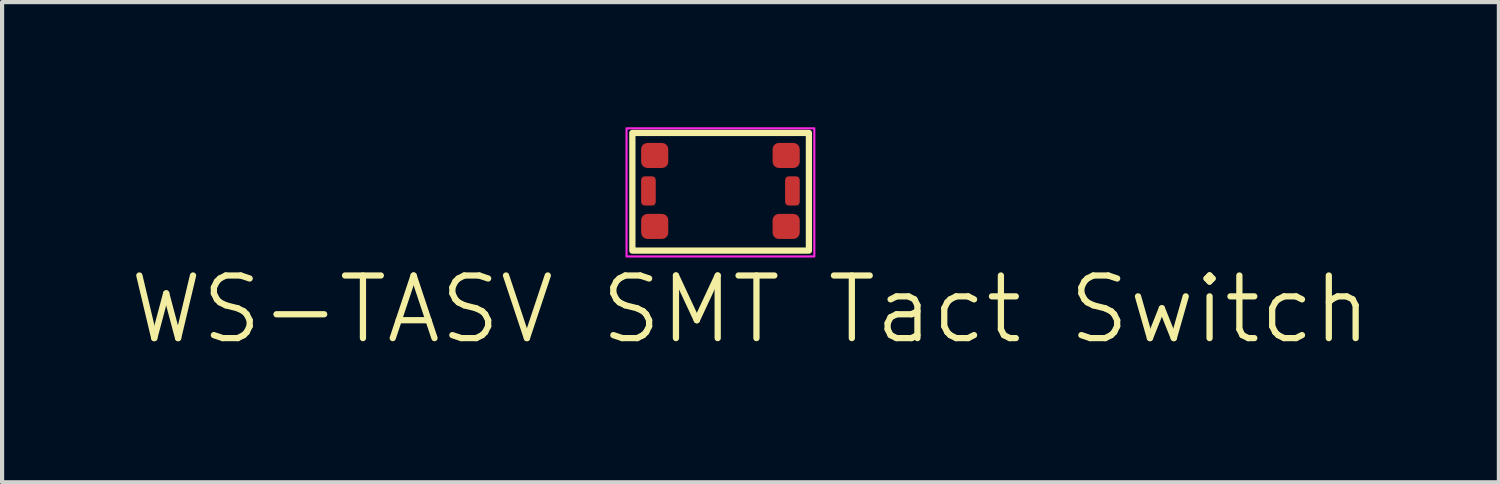
<source format=kicad_pcb>
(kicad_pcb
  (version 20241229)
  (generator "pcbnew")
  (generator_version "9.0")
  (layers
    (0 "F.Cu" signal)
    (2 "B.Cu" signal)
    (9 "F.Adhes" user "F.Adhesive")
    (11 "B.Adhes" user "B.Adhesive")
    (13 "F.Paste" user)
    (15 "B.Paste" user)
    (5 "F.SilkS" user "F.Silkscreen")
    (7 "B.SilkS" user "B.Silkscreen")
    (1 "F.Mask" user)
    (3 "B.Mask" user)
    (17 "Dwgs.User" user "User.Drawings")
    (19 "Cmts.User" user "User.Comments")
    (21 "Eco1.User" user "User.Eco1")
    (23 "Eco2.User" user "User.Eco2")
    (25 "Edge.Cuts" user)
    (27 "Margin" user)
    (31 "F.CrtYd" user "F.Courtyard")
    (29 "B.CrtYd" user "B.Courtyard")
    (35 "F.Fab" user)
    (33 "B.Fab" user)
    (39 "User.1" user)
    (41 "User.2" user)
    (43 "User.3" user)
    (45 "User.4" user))
  (footprint "WS-TASV SMT Tact Switch"
    (layer "F.Cu")
    (at 14.212 1.525)
    (property "Reference" "WS-TASV SMT Tact Switch" (at 0.72 2.84 0) (unlocked yes) (layer "F.SilkS") (effects (font (size 1.5 1.5) (thickness 0.15))))
    (attr smd)
    (fp_rect (start -2.11 -1.39) (end 2.12 1.43) (stroke (width 0.15) (type solid)) (fill no) (layer "F.SilkS"))
    (fp_rect (start -2.25 -1.5) (end 2.25 1.57) (stroke (width 0.05) (type solid)) (fill no) (layer "F.CrtYd"))
    (pad "1" smd roundrect (at -1.575 -0.85) (size 0.65 0.6) (layers "F.Cu" "F.Mask" "F.Paste") (roundrect_rratio 0.25))
    (pad "2" smd roundrect (at 1.575 -0.85) (size 0.65 0.6) (layers "F.Cu" "F.Mask" "F.Paste") (roundrect_rratio 0.25))
    (pad "3" smd roundrect (at -1.575 0.85) (size 0.65 0.6) (layers "F.Cu" "F.Mask" "F.Paste") (roundrect_rratio 0.25))
    (pad "4" smd roundrect (at 1.575 0.85) (size 0.65 0.6) (layers "F.Cu" "F.Mask" "F.Paste") (roundrect_rratio 0.25))
    (pad "5" smd roundrect (at -1.725 0) (size 0.35 0.7) (layers "F.Cu" "F.Mask" "F.Paste") (roundrect_rratio 0.25))
    (pad "6" smd roundrect (at 1.725 0) (size 0.35 0.7) (layers "F.Cu" "F.Mask" "F.Paste") (roundrect_rratio 0.25)))
  (gr_rect
    (start -3 -3)
    (end 32.864 8.506)
    (stroke (width 0.1) (type default))
    (fill no)
    (layer "Edge.Cuts")))
</source>
